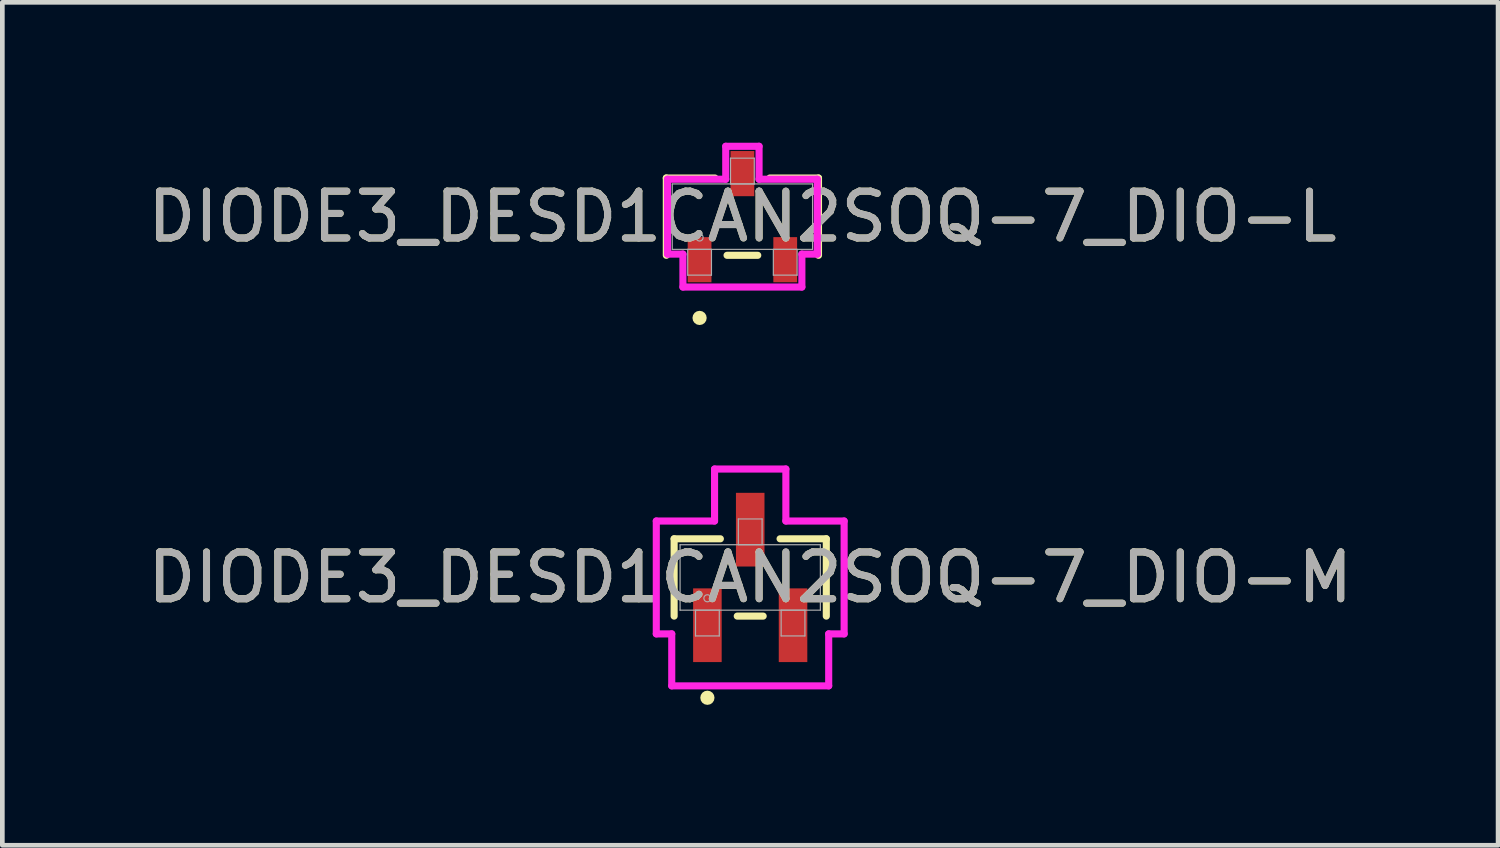
<source format=kicad_pcb>
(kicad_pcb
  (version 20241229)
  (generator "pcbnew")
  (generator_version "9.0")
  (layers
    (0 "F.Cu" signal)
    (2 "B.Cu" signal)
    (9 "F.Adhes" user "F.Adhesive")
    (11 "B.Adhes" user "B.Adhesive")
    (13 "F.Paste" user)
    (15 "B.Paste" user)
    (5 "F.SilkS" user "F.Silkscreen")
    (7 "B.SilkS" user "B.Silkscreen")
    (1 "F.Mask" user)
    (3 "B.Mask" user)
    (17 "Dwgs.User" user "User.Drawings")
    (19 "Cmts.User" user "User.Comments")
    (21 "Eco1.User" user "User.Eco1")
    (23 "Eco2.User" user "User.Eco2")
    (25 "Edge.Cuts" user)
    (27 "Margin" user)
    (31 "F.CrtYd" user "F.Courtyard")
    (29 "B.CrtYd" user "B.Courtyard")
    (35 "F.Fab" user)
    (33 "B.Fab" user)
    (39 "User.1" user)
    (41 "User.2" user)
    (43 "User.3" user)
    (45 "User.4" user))
  (footprint "DIODE3_DESD1CAN2SOQ-7_DIO-L"
    (layer "F.Cu")
    (at 12.815 1.58)
    (property "Reference" "DIODE3_DESD1CAN2SOQ-7_DIO-L" (at 0 0 0) (unlocked yes) (layer "F.SilkS") (effects (font (size 1 1) (thickness 0.15))))
    (attr smd)
    (fp_line (start -1.626 -0.826) (end -1.626 0.826) (stroke (width 0.152) (type solid)) (layer "F.SilkS"))
    (fp_line (start -0.587 -0.826) (end -1.626 -0.826) (stroke (width 0.152) (type solid)) (layer "F.SilkS"))
    (fp_line (start -0.328 0.826) (end 0.328 0.826) (stroke (width 0.152) (type solid)) (layer "F.SilkS"))
    (fp_line (start 1.626 -0.826) (end 0.587 -0.826) (stroke (width 0.152) (type solid)) (layer "F.SilkS"))
    (fp_line (start 1.626 0.826) (end 1.626 -0.826) (stroke (width 0.152) (type solid)) (layer "F.SilkS"))
    (fp_circle (center -0.915 2.164) (end -0.839 2.164) (stroke (width 0.152) (type solid)) (fill no) (layer "F.SilkS"))
    (fp_line (start -1.6 -0.8) (end -0.356 -0.8) (stroke (width 0.152) (type solid)) (layer "F.CrtYd"))
    (fp_line (start -1.6 0.8) (end -1.6 -0.8) (stroke (width 0.152) (type solid)) (layer "F.CrtYd"))
    (fp_line (start -1.6 0.8) (end -1.271 0.8) (stroke (width 0.152) (type solid)) (layer "F.CrtYd"))
    (fp_line (start -1.271 0.8) (end -1.271 1.504) (stroke (width 0.152) (type solid)) (layer "F.CrtYd"))
    (fp_line (start -1.271 1.504) (end 1.271 1.504) (stroke (width 0.152) (type solid)) (layer "F.CrtYd"))
    (fp_line (start -0.356 -1.504) (end 0.356 -1.504) (stroke (width 0.152) (type solid)) (layer "F.CrtYd"))
    (fp_line (start -0.356 -0.8) (end -0.356 -1.504) (stroke (width 0.152) (type solid)) (layer "F.CrtYd"))
    (fp_line (start 0.356 -0.8) (end 0.356 -1.504) (stroke (width 0.152) (type solid)) (layer "F.CrtYd"))
    (fp_line (start 1.271 0.8) (end 1.271 1.504) (stroke (width 0.152) (type solid)) (layer "F.CrtYd"))
    (fp_line (start 1.6 -0.8) (end 0.356 -0.8) (stroke (width 0.152) (type solid)) (layer "F.CrtYd"))
    (fp_line (start 1.6 -0.8) (end 1.6 0.8) (stroke (width 0.152) (type solid)) (layer "F.CrtYd"))
    (fp_line (start 1.6 0.8) (end 1.271 0.8) (stroke (width 0.152) (type solid)) (layer "F.CrtYd"))
    (fp_line (start -1.499 -0.699) (end -1.499 0.699) (stroke (width 0.025) (type solid)) (layer "F.Fab"))
    (fp_line (start -1.499 0.699) (end 1.499 0.699) (stroke (width 0.025) (type solid)) (layer "F.Fab"))
    (fp_line (start -1.169 0.699) (end -1.169 1.25) (stroke (width 0.025) (type solid)) (layer "F.Fab"))
    (fp_line (start -1.169 1.25) (end -0.661 1.25) (stroke (width 0.025) (type solid)) (layer "F.Fab"))
    (fp_line (start -0.661 0.699) (end -1.169 0.699) (stroke (width 0.025) (type solid)) (layer "F.Fab"))
    (fp_line (start -0.661 1.25) (end -0.661 0.699) (stroke (width 0.025) (type solid)) (layer "F.Fab"))
    (fp_line (start -0.254 -1.25) (end -0.254 -0.699) (stroke (width 0.025) (type solid)) (layer "F.Fab"))
    (fp_line (start -0.254 -0.699) (end 0.254 -0.699) (stroke (width 0.025) (type solid)) (layer "F.Fab"))
    (fp_line (start 0.254 -1.25) (end -0.254 -1.25) (stroke (width 0.025) (type solid)) (layer "F.Fab"))
    (fp_line (start 0.254 -0.699) (end 0.254 -1.25) (stroke (width 0.025) (type solid)) (layer "F.Fab"))
    (fp_line (start 0.661 0.699) (end 0.661 1.25) (stroke (width 0.025) (type solid)) (layer "F.Fab"))
    (fp_line (start 0.661 1.25) (end 1.169 1.25) (stroke (width 0.025) (type solid)) (layer "F.Fab"))
    (fp_line (start 1.169 0.699) (end 0.661 0.699) (stroke (width 0.025) (type solid)) (layer "F.Fab"))
    (fp_line (start 1.169 1.25) (end 1.169 0.699) (stroke (width 0.025) (type solid)) (layer "F.Fab"))
    (fp_line (start 1.499 -0.699) (end -1.499 -0.699) (stroke (width 0.025) (type solid)) (layer "F.Fab"))
    (fp_line (start 1.499 0.699) (end 1.499 -0.699) (stroke (width 0.025) (type solid)) (layer "F.Fab"))
    (fp_circle (center -0.915 0.445) (end -0.839 0.445) (stroke (width 0.025) (type solid)) (fill no) (layer "F.Fab"))
    (fp_text user "${REFERENCE}" (at 0 0 0) (unlocked yes) (layer "F.Fab") (effects (font (size 1 1) (thickness 0.15))))
    (pad "1" smd rect (at -0.915 0.92) (size 0.508 0.965) (layers "F.Cu" "F.Mask" "F.Paste"))
    (pad "2" smd rect (at 0.915 0.92) (size 0.508 0.965) (layers "F.Cu" "F.Mask" "F.Paste"))
    (pad "3" smd rect (at 0 -0.92) (size 0.508 0.965) (layers "F.Cu" "F.Mask" "F.Paste")))
  (footprint "DIODE3_DESD1CAN2SOQ-7_DIO-M"
    (layer "F.Cu")
    (at 12.982 9.29)
    (property "Reference" "DIODE3_DESD1CAN2SOQ-7_DIO-M" (at 0 0 0) (unlocked yes) (layer "F.SilkS") (effects (font (size 1 1) (thickness 0.15))))
    (attr smd)
    (fp_line (start -1.626 -0.826) (end -1.626 0.826) (stroke (width 0.152) (type solid)) (layer "F.SilkS"))
    (fp_line (start -0.638 -0.826) (end -1.626 -0.826) (stroke (width 0.152) (type solid)) (layer "F.SilkS"))
    (fp_line (start -0.277 0.826) (end 0.277 0.826) (stroke (width 0.152) (type solid)) (layer "F.SilkS"))
    (fp_line (start 1.626 -0.826) (end 0.638 -0.826) (stroke (width 0.152) (type solid)) (layer "F.SilkS"))
    (fp_line (start 1.626 0.826) (end 1.626 -0.826) (stroke (width 0.152) (type solid)) (layer "F.SilkS"))
    (fp_circle (center -0.915 2.571) (end -0.839 2.571) (stroke (width 0.152) (type solid)) (fill no) (layer "F.SilkS"))
    (fp_line (start -2.007 -1.206) (end -0.762 -1.206) (stroke (width 0.152) (type solid)) (layer "F.CrtYd"))
    (fp_line (start -2.007 1.206) (end -2.007 -1.206) (stroke (width 0.152) (type solid)) (layer "F.CrtYd"))
    (fp_line (start -2.007 1.206) (end -1.677 1.206) (stroke (width 0.152) (type solid)) (layer "F.CrtYd"))
    (fp_line (start -1.677 1.206) (end -1.677 2.317) (stroke (width 0.152) (type solid)) (layer "F.CrtYd"))
    (fp_line (start -1.677 2.317) (end 1.677 2.317) (stroke (width 0.152) (type solid)) (layer "F.CrtYd"))
    (fp_line (start -0.762 -2.317) (end 0.762 -2.317) (stroke (width 0.152) (type solid)) (layer "F.CrtYd"))
    (fp_line (start -0.762 -1.206) (end -0.762 -2.317) (stroke (width 0.152) (type solid)) (layer "F.CrtYd"))
    (fp_line (start 0.762 -1.206) (end 0.762 -2.317) (stroke (width 0.152) (type solid)) (layer "F.CrtYd"))
    (fp_line (start 1.677 1.206) (end 1.677 2.317) (stroke (width 0.152) (type solid)) (layer "F.CrtYd"))
    (fp_line (start 2.007 -1.206) (end 0.762 -1.206) (stroke (width 0.152) (type solid)) (layer "F.CrtYd"))
    (fp_line (start 2.007 -1.206) (end 2.007 1.206) (stroke (width 0.152) (type solid)) (layer "F.CrtYd"))
    (fp_line (start 2.007 1.206) (end 1.677 1.206) (stroke (width 0.152) (type solid)) (layer "F.CrtYd"))
    (fp_line (start -1.499 -0.699) (end -1.499 0.699) (stroke (width 0.025) (type solid)) (layer "F.Fab"))
    (fp_line (start -1.499 0.699) (end 1.499 0.699) (stroke (width 0.025) (type solid)) (layer "F.Fab"))
    (fp_line (start -1.169 0.699) (end -1.169 1.25) (stroke (width 0.025) (type solid)) (layer "F.Fab"))
    (fp_line (start -1.169 1.25) (end -0.661 1.25) (stroke (width 0.025) (type solid)) (layer "F.Fab"))
    (fp_line (start -0.661 0.699) (end -1.169 0.699) (stroke (width 0.025) (type solid)) (layer "F.Fab"))
    (fp_line (start -0.661 1.25) (end -0.661 0.699) (stroke (width 0.025) (type solid)) (layer "F.Fab"))
    (fp_line (start -0.254 -1.25) (end -0.254 -0.699) (stroke (width 0.025) (type solid)) (layer "F.Fab"))
    (fp_line (start -0.254 -0.699) (end 0.254 -0.699) (stroke (width 0.025) (type solid)) (layer "F.Fab"))
    (fp_line (start 0.254 -1.25) (end -0.254 -1.25) (stroke (width 0.025) (type solid)) (layer "F.Fab"))
    (fp_line (start 0.254 -0.699) (end 0.254 -1.25) (stroke (width 0.025) (type solid)) (layer "F.Fab"))
    (fp_line (start 0.661 0.699) (end 0.661 1.25) (stroke (width 0.025) (type solid)) (layer "F.Fab"))
    (fp_line (start 0.661 1.25) (end 1.169 1.25) (stroke (width 0.025) (type solid)) (layer "F.Fab"))
    (fp_line (start 1.169 0.699) (end 0.661 0.699) (stroke (width 0.025) (type solid)) (layer "F.Fab"))
    (fp_line (start 1.169 1.25) (end 1.169 0.699) (stroke (width 0.025) (type solid)) (layer "F.Fab"))
    (fp_line (start 1.499 -0.699) (end -1.499 -0.699) (stroke (width 0.025) (type solid)) (layer "F.Fab"))
    (fp_line (start 1.499 0.699) (end 1.499 -0.699) (stroke (width 0.025) (type solid)) (layer "F.Fab"))
    (fp_circle (center -0.915 0.445) (end -0.839 0.445) (stroke (width 0.025) (type solid)) (fill no) (layer "F.Fab"))
    (fp_text user "${REFERENCE}" (at 0 0 0) (unlocked yes) (layer "F.Fab") (effects (font (size 1 1) (thickness 0.15))))
    (pad "1" smd rect (at -0.915 1.021) (size 0.61 1.575) (layers "F.Cu" "F.Mask" "F.Paste"))
    (pad "2" smd rect (at 0.915 1.021) (size 0.61 1.575) (layers "F.Cu" "F.Mask" "F.Paste"))
    (pad "3" smd rect (at 0 -1.021) (size 0.61 1.575) (layers "F.Cu" "F.Mask" "F.Paste")))
  (gr_rect
    (start -3 -3)
    (end 28.964 15.013)
    (stroke (width 0.1) (type default))
    (fill no)
    (layer "Edge.Cuts")))
</source>
